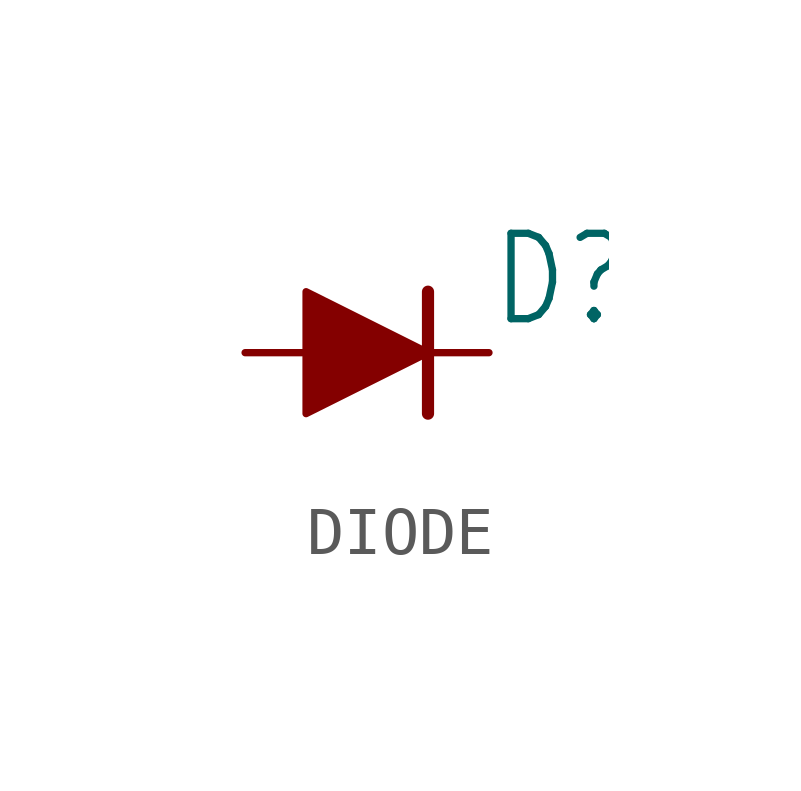
<source format=kicad_sym>
(kicad_symbol_lib
  (version 20231120)
  (generator "kicad_symbol_editor")
  (generator_version "8.0")
  (symbol "DIODE"
    (property "Reference" "D"
      (at 2.54 0.483 0)
      (effects (font (size 1.778 1.511)) (justify left bottom)))
    (property "Value" ""
      (at 2.54 -2.311 0)
      (effects (font (size 1.778 1.511)) (justify left bottom)))
    (property "ki_locked" ""
      (at 0 0 0)
      (effects (font (size 1.27 1.27))))
    (symbol "DIODE_1_0"
      (polyline (pts (xy 1.27 0) (xy 1.27 -1.27)) (stroke (width 0.254) (type solid)) (fill (type none)))
      (polyline (pts (xy 1.27 1.27) (xy 1.27 0)) (stroke (width 0.254) (type solid)) (fill (type none)))
      (pin passive line (at -2.54 0 0) (length 2.54) (name "A" (effects (font (size 0 0)))) (number "A" (effects (font (size 0 0)))))
      (pin passive line (at 2.54 0 180) (length 2.54) (name "C" (effects (font (size 0 0)))) (number "C" (effects (font (size 0 0))))))
    (symbol "DIODE_1_1"
      (polyline (pts (xy 1.27 0) (xy -1.27 1.27) (xy -1.27 -1.27) (xy 1.27 0)) (stroke (width 0) (type default)) (fill (type outline))))))
</source>
